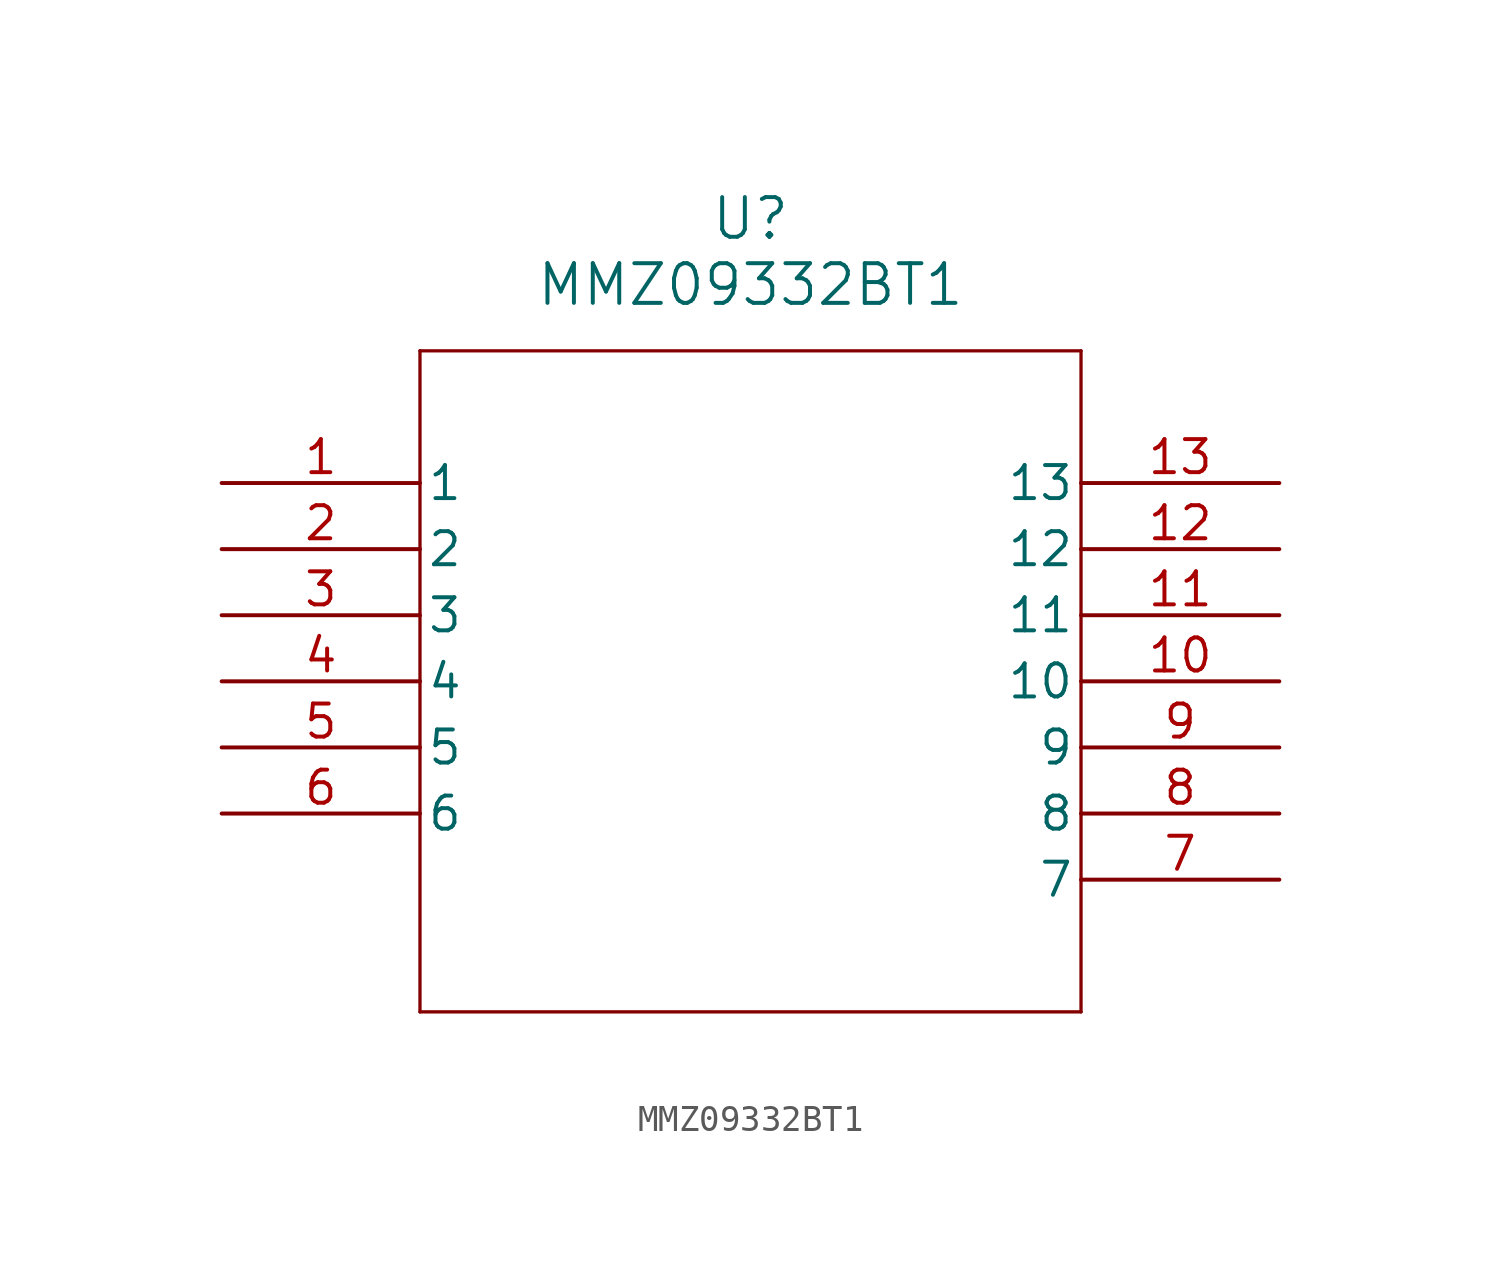
<source format=kicad_sym>
(kicad_symbol_lib
  (version 20211014)
  (generator kicad_symbol_editor)
  (symbol "MMZ09332BT1"
    (pin_names
      (offset 0.254))
    (property "Reference" "U"
      (at 20.32 10.16 0)
      (effects (font (size 1.524 1.524))))
    (property "Value" "MMZ09332BT1"
      (at 20.32 7.62 0)
      (effects (font (size 1.524 1.524))))
    (symbol "MMZ09332BT1_0_1"
      (polyline (pts (xy 7.62 5.08) (xy 7.62 -20.32)) (stroke (width 0.127) (type default) (color 0 0 0 0)) (fill (type none)))
      (polyline (pts (xy 7.62 -20.32) (xy 33.02 -20.32)) (stroke (width 0.127) (type default) (color 0 0 0 0)) (fill (type none)))
      (polyline (pts (xy 33.02 -20.32) (xy 33.02 5.08)) (stroke (width 0.127) (type default) (color 0 0 0 0)) (fill (type none)))
      (polyline (pts (xy 33.02 5.08) (xy 7.62 5.08)) (stroke (width 0.127) (type default) (color 0 0 0 0)) (fill (type none)))
      (pin unspecified line (at 0 0 0) (length 7.62) (name "1" (effects (font (size 1.27 1.27)))) (number "1" (effects (font (size 1.27 1.27)))))
      (pin unspecified line (at 0 -2.54 0) (length 7.62) (name "2" (effects (font (size 1.27 1.27)))) (number "2" (effects (font (size 1.27 1.27)))))
      (pin unspecified line (at 0 -5.08 0) (length 7.62) (name "3" (effects (font (size 1.27 1.27)))) (number "3" (effects (font (size 1.27 1.27)))))
      (pin unspecified line (at 0 -7.62 0) (length 7.62) (name "4" (effects (font (size 1.27 1.27)))) (number "4" (effects (font (size 1.27 1.27)))))
      (pin unspecified line (at 0 -10.16 0) (length 7.62) (name "5" (effects (font (size 1.27 1.27)))) (number "5" (effects (font (size 1.27 1.27)))))
      (pin unspecified line (at 0 -12.7 0) (length 7.62) (name "6" (effects (font (size 1.27 1.27)))) (number "6" (effects (font (size 1.27 1.27)))))
      (pin unspecified line (at 40.64 -15.24 180) (length 7.62) (name "7" (effects (font (size 1.27 1.27)))) (number "7" (effects (font (size 1.27 1.27)))))
      (pin unspecified line (at 40.64 -12.7 180) (length 7.62) (name "8" (effects (font (size 1.27 1.27)))) (number "8" (effects (font (size 1.27 1.27)))))
      (pin unspecified line (at 40.64 -10.16 180) (length 7.62) (name "9" (effects (font (size 1.27 1.27)))) (number "9" (effects (font (size 1.27 1.27)))))
      (pin unspecified line (at 40.64 -7.62 180) (length 7.62) (name "10" (effects (font (size 1.27 1.27)))) (number "10" (effects (font (size 1.27 1.27)))))
      (pin unspecified line (at 40.64 -5.08 180) (length 7.62) (name "11" (effects (font (size 1.27 1.27)))) (number "11" (effects (font (size 1.27 1.27)))))
      (pin unspecified line (at 40.64 -2.54 180) (length 7.62) (name "12" (effects (font (size 1.27 1.27)))) (number "12" (effects (font (size 1.27 1.27)))))
      (pin unspecified line (at 40.64 0 180) (length 7.62) (name "13" (effects (font (size 1.27 1.27)))) (number "13" (effects (font (size 1.27 1.27))))))))
</source>
